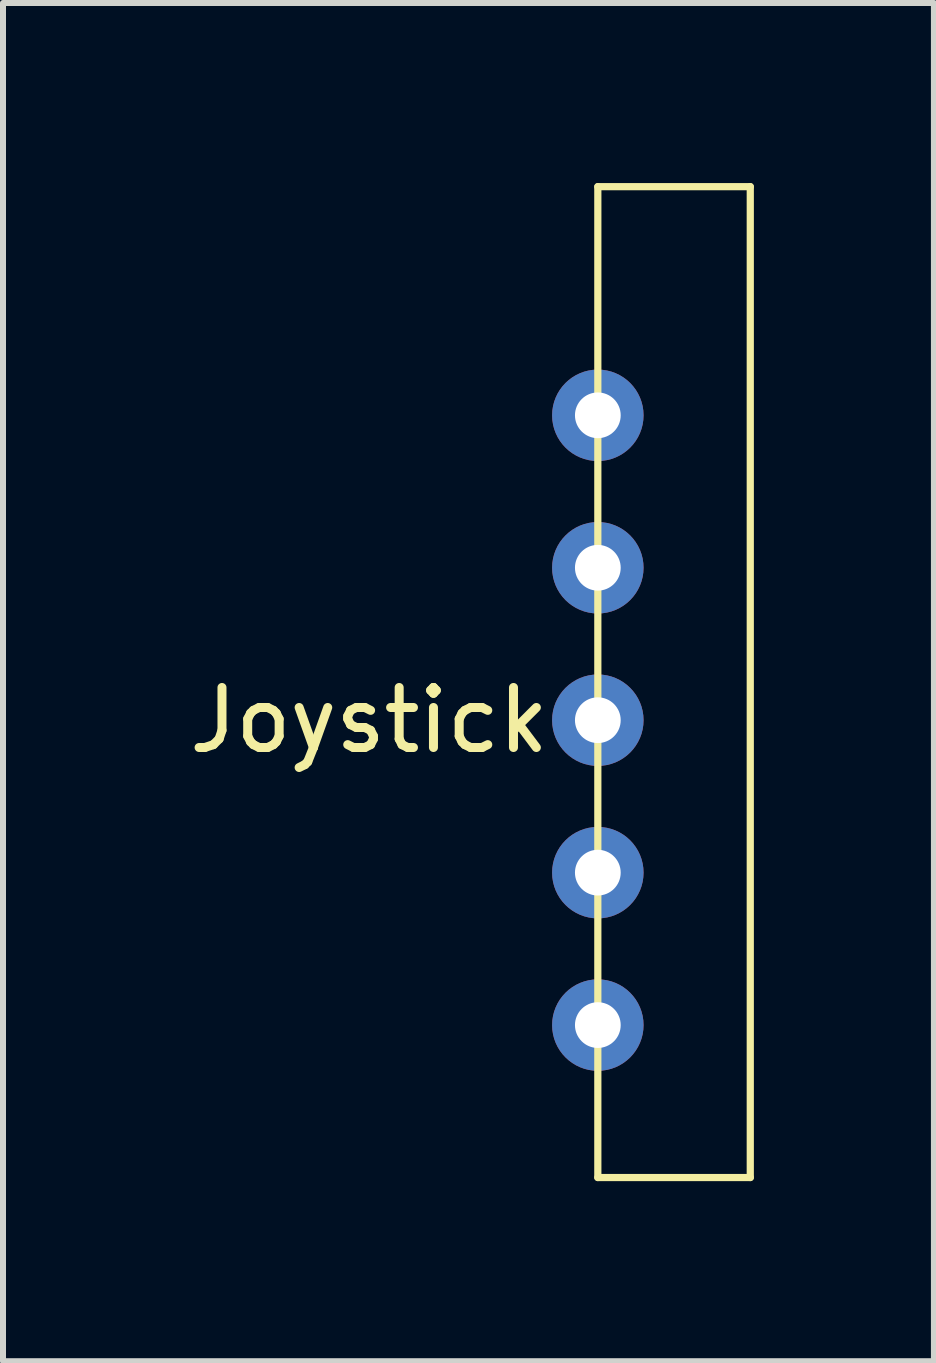
<source format=kicad_pcb>
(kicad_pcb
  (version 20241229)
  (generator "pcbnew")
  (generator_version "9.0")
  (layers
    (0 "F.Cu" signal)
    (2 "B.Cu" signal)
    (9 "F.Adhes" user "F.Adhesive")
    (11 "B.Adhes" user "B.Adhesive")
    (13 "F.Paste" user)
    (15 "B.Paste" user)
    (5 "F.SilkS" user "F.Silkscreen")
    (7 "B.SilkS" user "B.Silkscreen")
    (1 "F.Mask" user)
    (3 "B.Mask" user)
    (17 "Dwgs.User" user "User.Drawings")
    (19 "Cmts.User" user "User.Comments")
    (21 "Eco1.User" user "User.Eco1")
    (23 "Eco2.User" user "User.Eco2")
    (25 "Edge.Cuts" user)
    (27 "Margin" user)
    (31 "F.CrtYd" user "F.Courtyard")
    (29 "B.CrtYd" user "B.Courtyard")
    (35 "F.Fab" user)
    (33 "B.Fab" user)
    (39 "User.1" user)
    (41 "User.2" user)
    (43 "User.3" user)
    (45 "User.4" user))
  (footprint "Joystick"
    (layer "F.Cu")
    (at 6.911 14.03)
    (property "Reference" "Joystick" (at -3.81 -5.08 0) (layer "F.SilkS") (effects (font (size 1 1) (thickness 0.15))))
    (attr through_hole)
    (fp_line (start 0 -13.97) (end 0 2.54) (stroke (width 0.12) (type solid)) (layer "F.SilkS"))
    (fp_line (start 0 2.54) (end 2.54 2.54) (stroke (width 0.12) (type solid)) (layer "F.SilkS"))
    (fp_line (start 2.54 -13.97) (end 0 -13.97) (stroke (width 0.12) (type solid)) (layer "F.SilkS"))
    (fp_line (start 2.54 2.54) (end 2.54 -13.97) (stroke (width 0.12) (type solid)) (layer "F.SilkS"))
    (pad "1" thru_hole circle (at 0 0) (size 1.524 1.524) (drill 0.762) (layers "*.Cu" "*.Mask"))
    (pad "2" thru_hole circle (at 0 -2.54) (size 1.524 1.524) (drill 0.762) (layers "*.Cu" "*.Mask"))
    (pad "3" thru_hole circle (at 0 -5.08) (size 1.524 1.524) (drill 0.762) (layers "*.Cu" "*.Mask"))
    (pad "4" thru_hole circle (at 0 -7.62) (size 1.524 1.524) (drill 0.762) (layers "*.Cu" "*.Mask"))
    (pad "5" thru_hole circle (at 0 -10.16) (size 1.524 1.524) (drill 0.762) (layers "*.Cu" "*.Mask")))
  (gr_rect
    (start -3 -3)
    (end 12.511 19.63)
    (stroke (width 0.1) (type default))
    (fill no)
    (layer "Edge.Cuts")))
</source>
